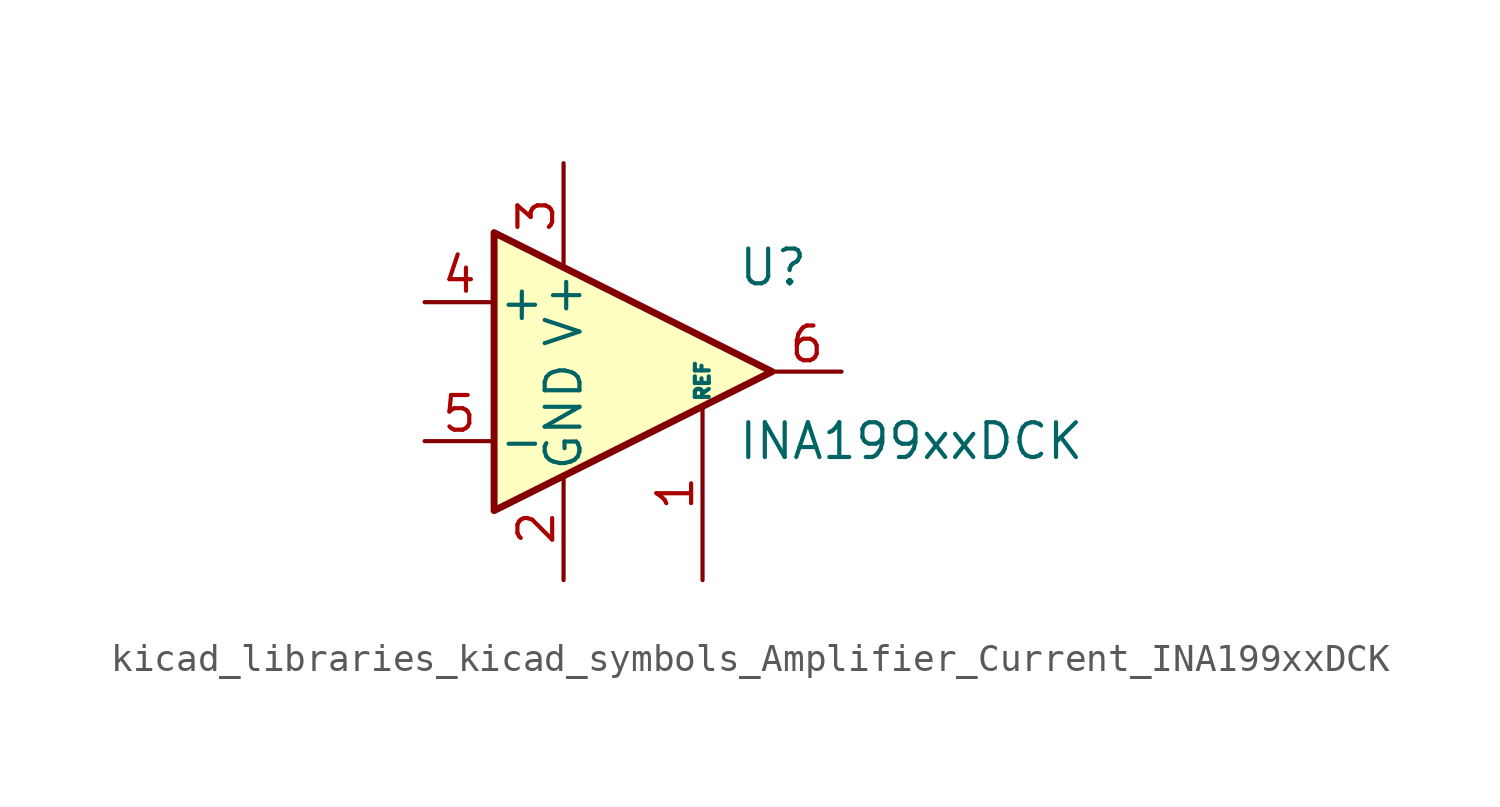
<source format=kicad_sym>
(kicad_symbol_lib
  (version 20220914)
  (generator kicad_symbol_editor)
  (symbol "kicad_libraries_kicad_symbols_Amplifier_Current_INA199xxDCK"
    (pin_names
      (offset 0.127))
    (property "Reference" "U"
      (at 3.81 3.81 0)
      (effects (font (size 1.27 1.27)) (justify left)))
    (property "Value" "INA199xxDCK"
      (at 3.81 -2.54 0)
      (effects (font (size 1.27 1.27)) (justify left)))
    (symbol "kicad_libraries_kicad_symbols_Amplifier_Current_INA199xxDCK_0_1"
      (polyline (pts (xy 5.08 0) (xy -5.08 5.08) (xy -5.08 -5.08) (xy 5.08 0)) (stroke (width 0.254) (type default)) (fill (type background))))
    (symbol "kicad_libraries_kicad_symbols_Amplifier_Current_INA199xxDCK_1_1"
      (pin input line (at 2.54 -7.62 90) (length 6.35) (name "REF" (effects (font (size 0.508 0.508)))) (number "1" (effects (font (size 1.27 1.27)))))
      (pin power_in line (at -2.54 -7.62 90) (length 3.81) (name "GND" (effects (font (size 1.27 1.27)))) (number "2" (effects (font (size 1.27 1.27)))))
      (pin power_in line (at -2.54 7.62 270) (length 3.81) (name "V+" (effects (font (size 1.27 1.27)))) (number "3" (effects (font (size 1.27 1.27)))))
      (pin input line (at -7.62 2.54 0) (length 2.54) (name "+" (effects (font (size 1.27 1.27)))) (number "4" (effects (font (size 1.27 1.27)))))
      (pin input line (at -7.62 -2.54 0) (length 2.54) (name "-" (effects (font (size 1.27 1.27)))) (number "5" (effects (font (size 1.27 1.27)))))
      (pin output line (at 7.62 0 180) (length 2.54) (name "~" (effects (font (size 1.27 1.27)))) (number "6" (effects (font (size 1.27 1.27))))))))
</source>
